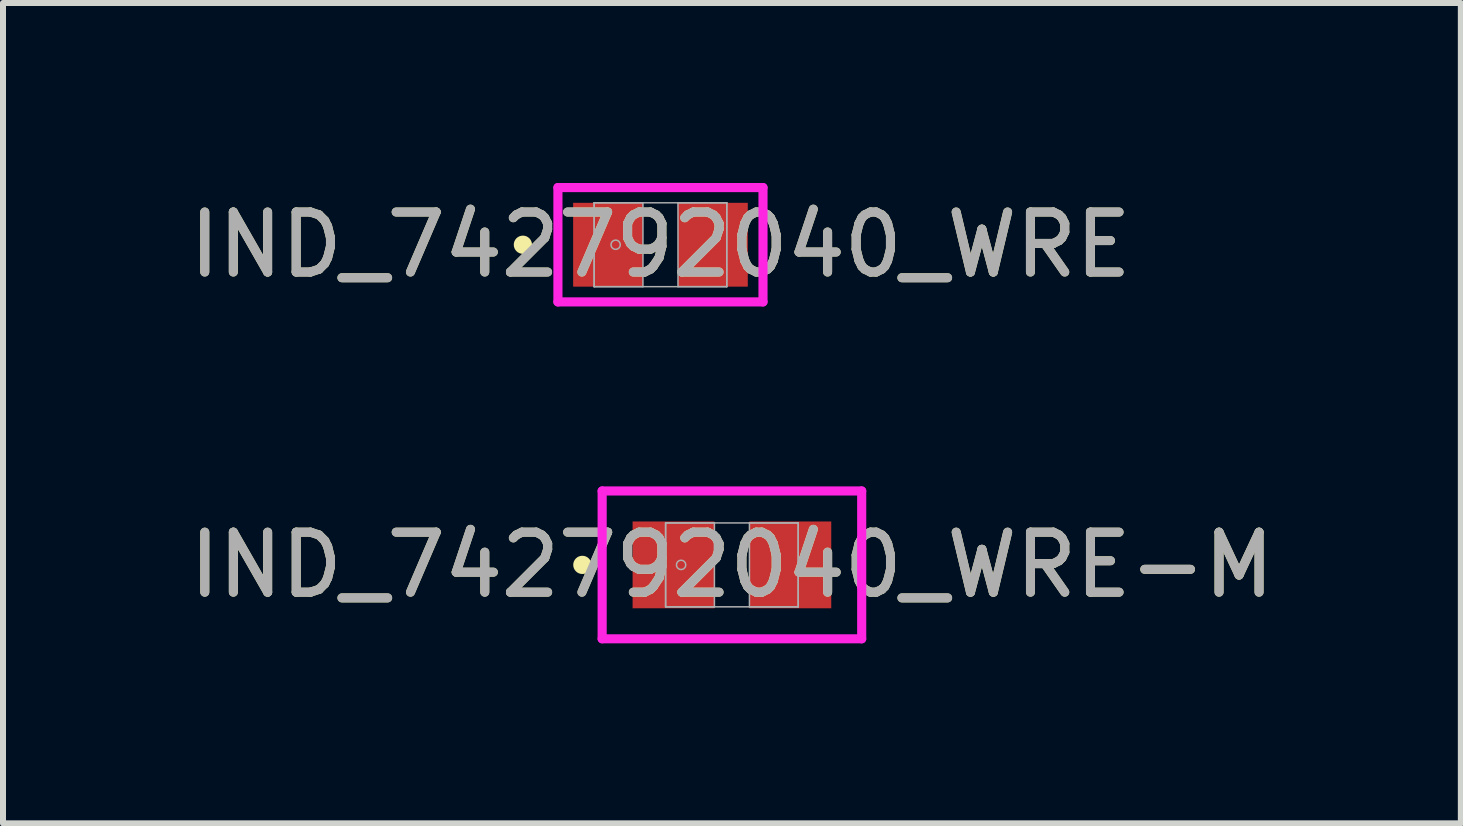
<source format=kicad_pcb>
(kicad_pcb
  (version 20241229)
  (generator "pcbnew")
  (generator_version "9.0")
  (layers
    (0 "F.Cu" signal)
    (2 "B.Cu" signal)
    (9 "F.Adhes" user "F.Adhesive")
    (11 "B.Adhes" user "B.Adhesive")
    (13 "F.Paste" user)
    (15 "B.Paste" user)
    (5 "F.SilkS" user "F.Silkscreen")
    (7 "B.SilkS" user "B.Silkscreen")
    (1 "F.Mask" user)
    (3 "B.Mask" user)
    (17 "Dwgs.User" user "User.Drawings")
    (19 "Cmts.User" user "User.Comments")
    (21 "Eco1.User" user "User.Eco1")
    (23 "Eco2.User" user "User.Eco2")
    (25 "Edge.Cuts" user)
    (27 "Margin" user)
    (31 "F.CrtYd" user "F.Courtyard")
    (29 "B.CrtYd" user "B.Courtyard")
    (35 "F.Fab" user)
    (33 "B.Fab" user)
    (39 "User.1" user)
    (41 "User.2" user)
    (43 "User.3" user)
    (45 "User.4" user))
  (footprint "IND_742792040_WRE"
    (layer "F.Cu")
    (at 7.958 1.029)
    (property "Reference" "IND_742792040_WRE" (at 0 0 0) (unlocked yes) (layer "F.SilkS") (effects (font (size 1 1) (thickness 0.15))))
    (attr smd)
    (fp_circle (center -2.293 0) (end -2.217 0) (stroke (width 0.152) (type solid)) (fill no) (layer "F.SilkS"))
    (fp_line (start -1.709 -0.953) (end 1.709 -0.953) (stroke (width 0.152) (type solid)) (layer "F.CrtYd"))
    (fp_line (start -1.709 0.953) (end -1.709 -0.953) (stroke (width 0.152) (type solid)) (layer "F.CrtYd"))
    (fp_line (start 1.709 -0.953) (end 1.709 0.953) (stroke (width 0.152) (type solid)) (layer "F.CrtYd"))
    (fp_line (start 1.709 0.953) (end -1.709 0.953) (stroke (width 0.152) (type solid)) (layer "F.CrtYd"))
    (fp_line (start -1.105 -0.699) (end -1.105 0.699) (stroke (width 0.025) (type solid)) (layer "F.Fab"))
    (fp_line (start -1.105 -0.699) (end -1.105 0.699) (stroke (width 0.025) (type solid)) (layer "F.Fab"))
    (fp_line (start -1.105 0.699) (end -0.292 0.699) (stroke (width 0.025) (type solid)) (layer "F.Fab"))
    (fp_line (start -1.105 0.699) (end 1.105 0.699) (stroke (width 0.025) (type solid)) (layer "F.Fab"))
    (fp_line (start -0.292 -0.699) (end -1.105 -0.699) (stroke (width 0.025) (type solid)) (layer "F.Fab"))
    (fp_line (start -0.292 0.699) (end -0.292 -0.699) (stroke (width 0.025) (type solid)) (layer "F.Fab"))
    (fp_line (start 0.292 -0.699) (end 0.292 0.699) (stroke (width 0.025) (type solid)) (layer "F.Fab"))
    (fp_line (start 0.292 0.699) (end 1.105 0.699) (stroke (width 0.025) (type solid)) (layer "F.Fab"))
    (fp_line (start 1.105 -0.699) (end -1.105 -0.699) (stroke (width 0.025) (type solid)) (layer "F.Fab"))
    (fp_line (start 1.105 -0.699) (end 0.292 -0.699) (stroke (width 0.025) (type solid)) (layer "F.Fab"))
    (fp_line (start 1.105 0.699) (end 1.105 -0.699) (stroke (width 0.025) (type solid)) (layer "F.Fab"))
    (fp_line (start 1.105 0.699) (end 1.105 -0.699) (stroke (width 0.025) (type solid)) (layer "F.Fab"))
    (fp_circle (center -0.747 0) (end -0.67 0) (stroke (width 0.025) (type solid)) (fill no) (layer "F.Fab"))
    (fp_text user "${REFERENCE}" (at 0 0 0) (unlocked yes) (layer "F.Fab") (effects (font (size 1 1) (thickness 0.15))))
    (pad "1" smd rect (at -0.874 0) (size 1.163 1.397) (layers "F.Cu" "F.Mask" "F.Paste"))
    (pad "2" smd rect (at 0.874 0) (size 1.163 1.397) (layers "F.Cu" "F.Mask" "F.Paste"))
    (zone (net_name "") (layer "F.Cu") (hatch full 0.508) (connect_pads) (min_thickness 0.254) (filled_areas_thickness no) (keepout (tracks not_allowed) (vias not_allowed) (pads allowed) (copperpour not_allowed) (footprints allowed)) (placement (enabled no)) (fill) (polygon (pts (xy 7.717 0.381) (xy 8.2 0.381) (xy 8.2 1.676) (xy 7.717 1.676)))))
  (footprint "IND_742792040_WRE-M"
    (layer "F.Cu")
    (at 9.149 6.365)
    (property "Reference" "IND_742792040_WRE-M" (at 0 0 0) (unlocked yes) (layer "F.SilkS") (effects (font (size 1 1) (thickness 0.15))))
    (attr smd)
    (fp_circle (center -2.493 0) (end -2.417 0) (stroke (width 0.152) (type solid)) (fill no) (layer "F.SilkS"))
    (fp_line (start -2.163 -1.232) (end 2.163 -1.232) (stroke (width 0.152) (type solid)) (layer "F.CrtYd"))
    (fp_line (start -2.163 1.232) (end -2.163 -1.232) (stroke (width 0.152) (type solid)) (layer "F.CrtYd"))
    (fp_line (start 2.163 -1.232) (end 2.163 1.232) (stroke (width 0.152) (type solid)) (layer "F.CrtYd"))
    (fp_line (start 2.163 1.232) (end -2.163 1.232) (stroke (width 0.152) (type solid)) (layer "F.CrtYd"))
    (fp_line (start -1.105 -0.699) (end -1.105 0.699) (stroke (width 0.025) (type solid)) (layer "F.Fab"))
    (fp_line (start -1.105 -0.699) (end -1.105 0.699) (stroke (width 0.025) (type solid)) (layer "F.Fab"))
    (fp_line (start -1.105 0.699) (end -0.292 0.699) (stroke (width 0.025) (type solid)) (layer "F.Fab"))
    (fp_line (start -1.105 0.699) (end 1.105 0.699) (stroke (width 0.025) (type solid)) (layer "F.Fab"))
    (fp_line (start -0.292 -0.699) (end -1.105 -0.699) (stroke (width 0.025) (type solid)) (layer "F.Fab"))
    (fp_line (start -0.292 0.699) (end -0.292 -0.699) (stroke (width 0.025) (type solid)) (layer "F.Fab"))
    (fp_line (start 0.292 -0.699) (end 0.292 0.699) (stroke (width 0.025) (type solid)) (layer "F.Fab"))
    (fp_line (start 0.292 0.699) (end 1.105 0.699) (stroke (width 0.025) (type solid)) (layer "F.Fab"))
    (fp_line (start 1.105 -0.699) (end -1.105 -0.699) (stroke (width 0.025) (type solid)) (layer "F.Fab"))
    (fp_line (start 1.105 -0.699) (end 0.292 -0.699) (stroke (width 0.025) (type solid)) (layer "F.Fab"))
    (fp_line (start 1.105 0.699) (end 1.105 -0.699) (stroke (width 0.025) (type solid)) (layer "F.Fab"))
    (fp_line (start 1.105 0.699) (end 1.105 -0.699) (stroke (width 0.025) (type solid)) (layer "F.Fab"))
    (fp_circle (center -0.847 0) (end -0.77 0) (stroke (width 0.025) (type solid)) (fill no) (layer "F.Fab"))
    (fp_text user "${REFERENCE}" (at 0 0 0) (unlocked yes) (layer "F.Fab") (effects (font (size 1 1) (thickness 0.15))))
    (pad "1" smd rect (at -0.974 0) (size 1.363 1.447) (layers "F.Cu" "F.Mask" "F.Paste"))
    (pad "2" smd rect (at 0.974 0) (size 1.363 1.447) (layers "F.Cu" "F.Mask" "F.Paste"))
    (zone (net_name "") (layer "F.Cu") (hatch full 0.508) (connect_pads) (min_thickness 0.254) (filled_areas_thickness no) (keepout (tracks not_allowed) (vias not_allowed) (pads allowed) (copperpour not_allowed) (footprints allowed)) (placement (enabled no)) (fill) (polygon (pts (xy 8.908 5.717) (xy 9.39 5.717) (xy 9.39 7.013) (xy 8.908 7.013)))))
  (gr_rect
    (start -3 -3)
    (end 21.298 10.673)
    (stroke (width 0.1) (type default))
    (fill no)
    (layer "Edge.Cuts")))
</source>
